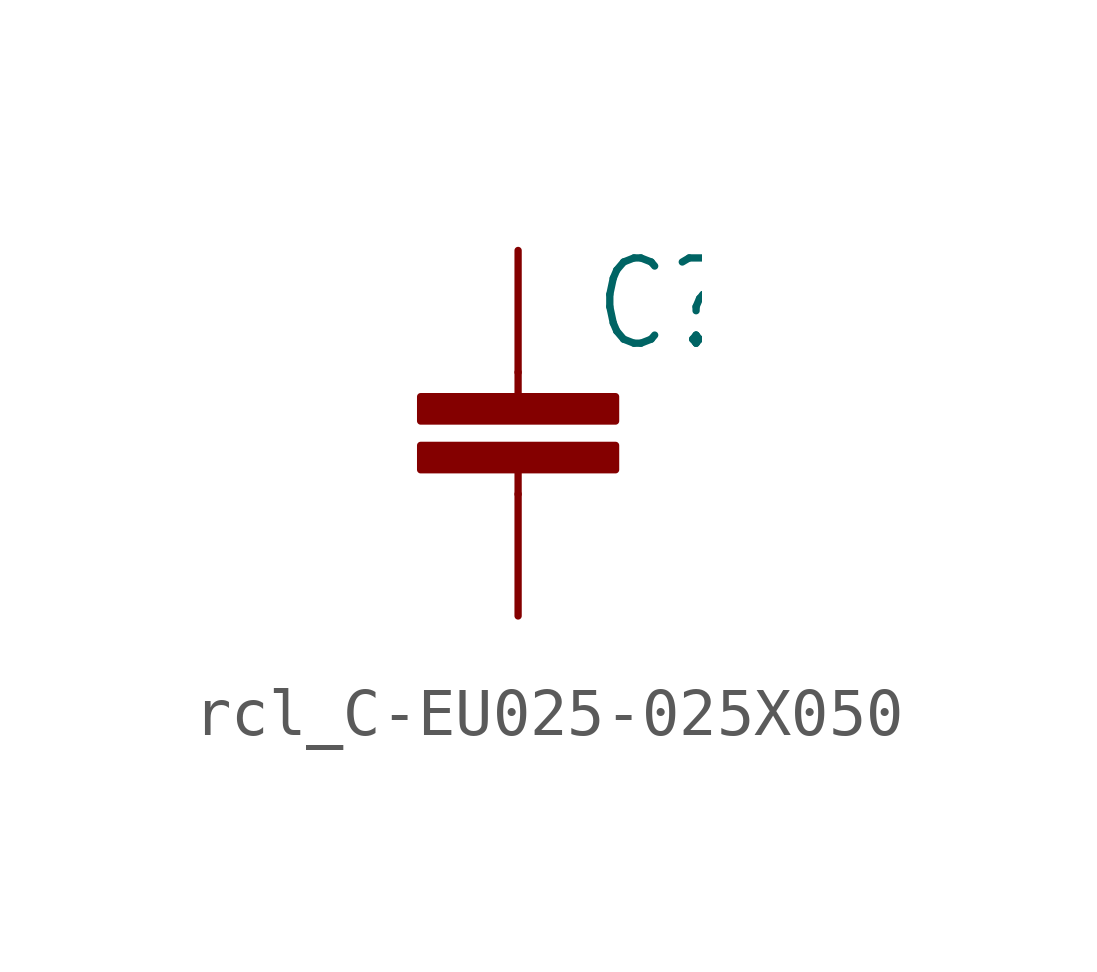
<source format=kicad_sym>
(kicad_symbol_lib
  (version 20241209)
  (generator "kicad_symbol_editor")
  (generator_version "9.0")
  (symbol "rcl_C-EU025-025X050"
    (property "Reference" "C"
      (at 1.524 0.381 0)
      (effects (font (size 1.778 1.511)) (justify left bottom)))
    (property "Value" ""
      (at 1.524 -4.699 0)
      (effects (font (size 1.778 1.511)) (justify left bottom)))
    (property "ki_locked" ""
      (at 0 0 0)
      (effects (font (size 1.27 1.27))))
    (symbol "rcl_C-EU025-025X050_1_0"
      (rectangle (start -2.032 -1.016) (end 2.032 -0.508) (stroke (width 0) (type default)) (fill (type outline)))
      (rectangle (start -2.032 -2.032) (end 2.032 -1.524) (stroke (width 0) (type default)) (fill (type outline)))
      (polyline (pts (xy 0 0) (xy 0 -0.508)) (stroke (width 0.152) (type solid)) (fill (type none)))
      (polyline (pts (xy 0 -2.54) (xy 0 -2.032)) (stroke (width 0.152) (type solid)) (fill (type none)))
      (pin passive line (at 0 2.54 270) (length 2.54) (name "1" (effects (font (size 0 0)))) (number "1" (effects (font (size 0 0)))))
      (pin passive line (at 0 -5.08 90) (length 2.54) (name "2" (effects (font (size 0 0)))) (number "2" (effects (font (size 0 0))))))))
</source>
